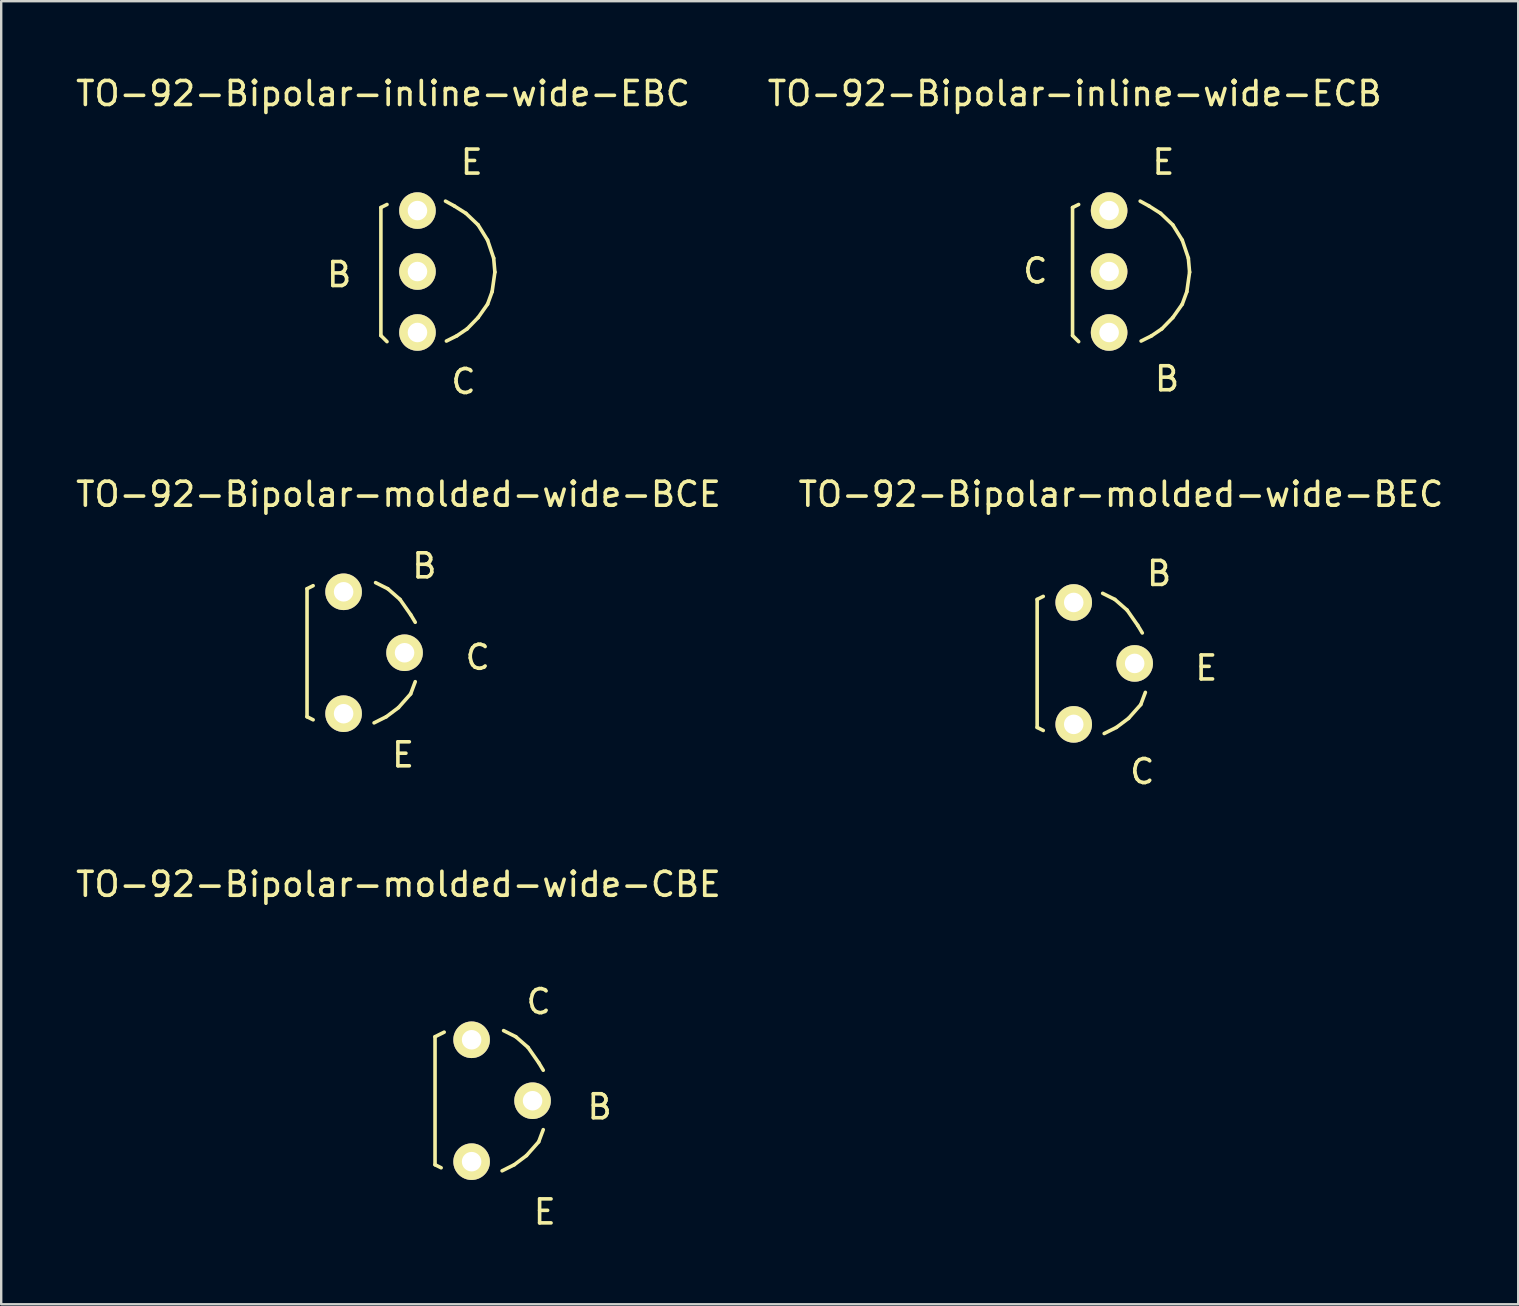
<source format=kicad_pcb>
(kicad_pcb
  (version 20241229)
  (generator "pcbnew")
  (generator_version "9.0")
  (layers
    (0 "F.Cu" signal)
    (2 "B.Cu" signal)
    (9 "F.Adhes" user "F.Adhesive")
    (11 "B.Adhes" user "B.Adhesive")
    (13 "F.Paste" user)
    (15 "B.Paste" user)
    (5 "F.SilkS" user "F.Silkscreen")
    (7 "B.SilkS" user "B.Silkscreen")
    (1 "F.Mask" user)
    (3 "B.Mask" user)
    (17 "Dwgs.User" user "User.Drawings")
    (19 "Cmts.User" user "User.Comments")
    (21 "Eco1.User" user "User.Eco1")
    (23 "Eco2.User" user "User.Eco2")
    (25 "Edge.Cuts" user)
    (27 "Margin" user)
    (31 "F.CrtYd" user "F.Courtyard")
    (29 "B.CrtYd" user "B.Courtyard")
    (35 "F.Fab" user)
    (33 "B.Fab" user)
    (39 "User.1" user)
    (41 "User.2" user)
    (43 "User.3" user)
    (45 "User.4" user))
  (footprint "TO-92-Bipolar-molded-wide-BEC"
    (layer "F.Cu")
    (at 41.692 24.595)
    (property "Reference" "TO-92-Bipolar-molded-wide-BEC" (at 1.968 -7.048 0) (layer "F.SilkS") (effects (font (size 1 1) (thickness 0.15))))
    (attr through_hole)
    (fp_line (start -1.524 -2.667) (end -1.524 2.667) (stroke (width 0.15) (type solid)) (layer "F.SilkS"))
    (fp_line (start -1.524 -2.667) (end -1.27 -2.794) (stroke (width 0.15) (type solid)) (layer "F.SilkS"))
    (fp_line (start -1.524 2.667) (end -1.27 2.794) (stroke (width 0.15) (type solid)) (layer "F.SilkS"))
    (fp_line (start 1.206 -2.921) (end 1.714 -2.667) (stroke (width 0.15) (type solid)) (layer "F.SilkS"))
    (fp_line (start 1.714 -2.667) (end 2.223 -2.223) (stroke (width 0.15) (type solid)) (layer "F.SilkS"))
    (fp_line (start 1.778 2.667) (end 1.27 2.921) (stroke (width 0.15) (type solid)) (layer "F.SilkS"))
    (fp_line (start 2.223 -2.223) (end 2.667 -1.587) (stroke (width 0.15) (type solid)) (layer "F.SilkS"))
    (fp_line (start 2.286 2.286) (end 1.778 2.667) (stroke (width 0.15) (type solid)) (layer "F.SilkS"))
    (fp_line (start 2.667 -1.587) (end 2.857 -1.27) (stroke (width 0.15) (type solid)) (layer "F.SilkS"))
    (fp_line (start 2.794 1.714) (end 2.286 2.286) (stroke (width 0.15) (type solid)) (layer "F.SilkS"))
    (fp_line (start 2.985 1.206) (end 2.794 1.714) (stroke (width 0.15) (type solid)) (layer "F.SilkS"))
    (fp_text user "E" (at 5.524 0.191 0) (layer "F.SilkS") (effects (font (size 1 1) (thickness 0.15))))
    (fp_text user "C" (at 2.857 4.508 0) (layer "F.SilkS") (effects (font (size 1 1) (thickness 0.15))))
    (fp_text user "B" (at 3.556 -3.747 0) (layer "F.SilkS") (effects (font (size 1 1) (thickness 0.15))))
    (pad "B" thru_hole circle (at 0 -2.54) (size 1.524 1.524) (drill 0.813) (layers "*.Cu" "*.Mask" "F.SilkS"))
    (pad "C" thru_hole circle (at 0 2.54) (size 1.524 1.524) (drill 0.813) (layers "*.Cu" "*.Mask" "F.SilkS"))
    (pad "E" thru_hole circle (at 2.54 0) (size 1.524 1.524) (drill 0.813) (layers "*.Cu" "*.Mask" "F.SilkS")))
  (footprint "TO-92-Bipolar-molded-wide-CBE"
    (layer "F.Cu")
    (at 16.602 42.817)
    (property "Reference" "TO-92-Bipolar-molded-wide-CBE" (at -3.048 -9.017 0) (layer "F.SilkS") (effects (font (size 1 1) (thickness 0.15))))
    (attr through_hole)
    (fp_line (start -1.524 -2.667) (end -1.524 2.667) (stroke (width 0.15) (type solid)) (layer "F.SilkS"))
    (fp_line (start -1.524 -2.667) (end -1.143 -2.857) (stroke (width 0.15) (type solid)) (layer "F.SilkS"))
    (fp_line (start -1.524 2.667) (end -1.27 2.794) (stroke (width 0.15) (type solid)) (layer "F.SilkS"))
    (fp_line (start 1.333 -2.921) (end 1.841 -2.667) (stroke (width 0.15) (type solid)) (layer "F.SilkS"))
    (fp_line (start 1.778 2.667) (end 1.27 2.921) (stroke (width 0.15) (type solid)) (layer "F.SilkS"))
    (fp_line (start 1.841 -2.667) (end 2.349 -2.223) (stroke (width 0.15) (type solid)) (layer "F.SilkS"))
    (fp_line (start 2.286 2.286) (end 1.778 2.667) (stroke (width 0.15) (type solid)) (layer "F.SilkS"))
    (fp_line (start 2.349 -2.223) (end 2.794 -1.587) (stroke (width 0.15) (type solid)) (layer "F.SilkS"))
    (fp_line (start 2.794 -1.587) (end 2.985 -1.27) (stroke (width 0.15) (type solid)) (layer "F.SilkS"))
    (fp_line (start 2.794 1.714) (end 2.286 2.286) (stroke (width 0.15) (type solid)) (layer "F.SilkS"))
    (fp_line (start 2.985 1.206) (end 2.794 1.714) (stroke (width 0.15) (type solid)) (layer "F.SilkS"))
    (fp_text user "B" (at 5.334 0.254 0) (layer "F.SilkS") (effects (font (size 1 1) (thickness 0.15))))
    (fp_text user "C" (at 2.794 -4.128 0) (layer "F.SilkS") (effects (font (size 1 1) (thickness 0.15))))
    (fp_text user "E" (at 3.048 4.636 0) (layer "F.SilkS") (effects (font (size 1 1) (thickness 0.15))))
    (pad "B" thru_hole circle (at 2.54 0) (size 1.524 1.524) (drill 0.813) (layers "*.Cu" "*.Mask" "F.SilkS"))
    (pad "C" thru_hole circle (at 0 -2.54) (size 1.524 1.524) (drill 0.813) (layers "*.Cu" "*.Mask" "F.SilkS"))
    (pad "E" thru_hole circle (at 0 2.54) (size 1.524 1.524) (drill 0.813) (layers "*.Cu" "*.Mask" "F.SilkS")))
  (footprint "TO-92-Bipolar-molded-wide-BCE"
    (layer "F.Cu")
    (at 11.268 24.15)
    (property "Reference" "TO-92-Bipolar-molded-wide-BCE" (at 2.286 -6.604 0) (layer "F.SilkS") (effects (font (size 1 1) (thickness 0.15))))
    (attr through_hole)
    (fp_line (start -1.524 -2.667) (end -1.524 2.667) (stroke (width 0.15) (type solid)) (layer "F.SilkS"))
    (fp_line (start -1.524 -2.667) (end -1.27 -2.794) (stroke (width 0.15) (type solid)) (layer "F.SilkS"))
    (fp_line (start -1.524 2.667) (end -1.27 2.794) (stroke (width 0.15) (type solid)) (layer "F.SilkS"))
    (fp_line (start 1.333 -2.921) (end 1.841 -2.667) (stroke (width 0.15) (type solid)) (layer "F.SilkS"))
    (fp_line (start 1.778 2.667) (end 1.27 2.921) (stroke (width 0.15) (type solid)) (layer "F.SilkS"))
    (fp_line (start 1.841 -2.667) (end 2.349 -2.223) (stroke (width 0.15) (type solid)) (layer "F.SilkS"))
    (fp_line (start 2.286 2.286) (end 1.778 2.667) (stroke (width 0.15) (type solid)) (layer "F.SilkS"))
    (fp_line (start 2.349 -2.223) (end 2.794 -1.587) (stroke (width 0.15) (type solid)) (layer "F.SilkS"))
    (fp_line (start 2.794 -1.587) (end 2.985 -1.27) (stroke (width 0.15) (type solid)) (layer "F.SilkS"))
    (fp_line (start 2.794 1.714) (end 2.286 2.286) (stroke (width 0.15) (type solid)) (layer "F.SilkS"))
    (fp_line (start 2.985 1.206) (end 2.794 1.714) (stroke (width 0.15) (type solid)) (layer "F.SilkS"))
    (fp_text user "E" (at 2.477 4.255 0) (layer "F.SilkS") (effects (font (size 1 1) (thickness 0.15))))
    (fp_text user "C" (at 5.588 0.191 0) (layer "F.SilkS") (effects (font (size 1 1) (thickness 0.15))))
    (fp_text user "B" (at 3.365 -3.619 0) (layer "F.SilkS") (effects (font (size 1 1) (thickness 0.15))))
    (pad "B" thru_hole circle (at 0 -2.54) (size 1.524 1.524) (drill 0.813) (layers "*.Cu" "*.Mask" "F.SilkS"))
    (pad "C" thru_hole circle (at 2.54 0) (size 1.524 1.524) (drill 0.813) (layers "*.Cu" "*.Mask" "F.SilkS"))
    (pad "E" thru_hole circle (at 0 2.54) (size 1.524 1.524) (drill 0.813) (layers "*.Cu" "*.Mask" "F.SilkS")))
  (footprint "TO-92-Bipolar-inline-wide-ECB"
    (layer "F.Cu")
    (at 43.167 8.265)
    (property "Reference" "TO-92-Bipolar-inline-wide-ECB" (at -1.435 -7.417 0) (layer "F.SilkS") (effects (font (size 1 1) (thickness 0.15))))
    (attr through_hole)
    (fp_line (start -1.524 -2.667) (end -1.524 2.667) (stroke (width 0.15) (type solid)) (layer "F.SilkS"))
    (fp_line (start -1.524 -2.667) (end -1.27 -2.794) (stroke (width 0.15) (type solid)) (layer "F.SilkS"))
    (fp_line (start -1.524 2.667) (end -1.27 2.921) (stroke (width 0.15) (type solid)) (layer "F.SilkS"))
    (fp_line (start 1.295 -2.934) (end 1.664 -2.731) (stroke (width 0.15) (type solid)) (layer "F.SilkS"))
    (fp_line (start 1.664 -2.731) (end 2.146 -2.426) (stroke (width 0.15) (type solid)) (layer "F.SilkS"))
    (fp_line (start 1.765 2.68) (end 1.333 2.896) (stroke (width 0.15) (type solid)) (layer "F.SilkS"))
    (fp_line (start 2.146 -2.426) (end 2.654 -1.943) (stroke (width 0.15) (type solid)) (layer "F.SilkS"))
    (fp_line (start 2.197 2.388) (end 1.765 2.68) (stroke (width 0.15) (type solid)) (layer "F.SilkS"))
    (fp_line (start 2.654 -1.943) (end 3.048 -1.308) (stroke (width 0.15) (type solid)) (layer "F.SilkS"))
    (fp_line (start 2.654 1.918) (end 2.197 2.388) (stroke (width 0.15) (type solid)) (layer "F.SilkS"))
    (fp_line (start 3.048 -1.308) (end 3.302 -0.559) (stroke (width 0.15) (type solid)) (layer "F.SilkS"))
    (fp_line (start 3.048 1.359) (end 2.654 1.918) (stroke (width 0.15) (type solid)) (layer "F.SilkS"))
    (fp_line (start 3.239 0.838) (end 3.048 1.359) (stroke (width 0.15) (type solid)) (layer "F.SilkS"))
    (fp_line (start 3.302 -0.559) (end 3.353 0.025) (stroke (width 0.15) (type solid)) (layer "F.SilkS"))
    (fp_line (start 3.353 0.025) (end 3.239 0.838) (stroke (width 0.15) (type solid)) (layer "F.SilkS"))
    (fp_text user "C" (at -3.073 -0.025 0) (layer "F.SilkS") (effects (font (size 1 1) (thickness 0.15))))
    (fp_text user "B" (at 2.413 4.47 0) (layer "F.SilkS") (effects (font (size 1 1) (thickness 0.15))))
    (fp_text user "E" (at 2.261 -4.559 0) (layer "F.SilkS") (effects (font (size 1 1) (thickness 0.15))))
    (pad "B" thru_hole circle (at 0 2.54) (size 1.524 1.524) (drill 0.813) (layers "*.Cu" "*.Mask" "F.SilkS"))
    (pad "C" thru_hole circle (at 0 0) (size 1.524 1.524) (drill 0.813) (layers "*.Cu" "*.Mask" "F.SilkS"))
    (pad "E" thru_hole circle (at 0 -2.54) (size 1.524 1.524) (drill 0.813) (layers "*.Cu" "*.Mask" "F.SilkS")))
  (footprint "TO-92-Bipolar-inline-wide-EBC"
    (layer "F.Cu")
    (at 14.346 8.265)
    (property "Reference" "TO-92-Bipolar-inline-wide-EBC" (at -1.435 -7.417 0) (layer "F.SilkS") (effects (font (size 1 1) (thickness 0.15))))
    (attr through_hole)
    (fp_line (start -1.524 -2.667) (end -1.524 2.667) (stroke (width 0.15) (type solid)) (layer "F.SilkS"))
    (fp_line (start -1.524 -2.667) (end -1.27 -2.794) (stroke (width 0.15) (type solid)) (layer "F.SilkS"))
    (fp_line (start -1.524 2.667) (end -1.27 2.921) (stroke (width 0.15) (type solid)) (layer "F.SilkS"))
    (fp_line (start 1.168 -2.934) (end 1.537 -2.731) (stroke (width 0.15) (type solid)) (layer "F.SilkS"))
    (fp_line (start 1.537 -2.731) (end 2.019 -2.426) (stroke (width 0.15) (type solid)) (layer "F.SilkS"))
    (fp_line (start 1.638 2.68) (end 1.206 2.896) (stroke (width 0.15) (type solid)) (layer "F.SilkS"))
    (fp_line (start 2.019 -2.426) (end 2.527 -1.943) (stroke (width 0.15) (type solid)) (layer "F.SilkS"))
    (fp_line (start 2.07 2.388) (end 1.638 2.68) (stroke (width 0.15) (type solid)) (layer "F.SilkS"))
    (fp_line (start 2.527 -1.943) (end 2.921 -1.308) (stroke (width 0.15) (type solid)) (layer "F.SilkS"))
    (fp_line (start 2.527 1.918) (end 2.07 2.388) (stroke (width 0.15) (type solid)) (layer "F.SilkS"))
    (fp_line (start 2.921 -1.308) (end 3.175 -0.559) (stroke (width 0.15) (type solid)) (layer "F.SilkS"))
    (fp_line (start 2.921 1.359) (end 2.527 1.918) (stroke (width 0.15) (type solid)) (layer "F.SilkS"))
    (fp_line (start 3.111 0.838) (end 2.921 1.359) (stroke (width 0.15) (type solid)) (layer "F.SilkS"))
    (fp_line (start 3.175 -0.559) (end 3.226 0.025) (stroke (width 0.15) (type solid)) (layer "F.SilkS"))
    (fp_line (start 3.226 0.025) (end 3.111 0.838) (stroke (width 0.15) (type solid)) (layer "F.SilkS"))
    (fp_text user "B" (at -3.264 0.127 0) (layer "F.SilkS") (effects (font (size 1 1) (thickness 0.15))))
    (fp_text user "E" (at 2.261 -4.559 0) (layer "F.SilkS") (effects (font (size 1 1) (thickness 0.15))))
    (fp_text user "C" (at 1.918 4.585 0) (layer "F.SilkS") (effects (font (size 1 1) (thickness 0.15))))
    (pad "B" thru_hole circle (at 0 0) (size 1.524 1.524) (drill 0.813) (layers "*.Cu" "*.Mask" "F.SilkS"))
    (pad "C" thru_hole circle (at 0 2.54) (size 1.524 1.524) (drill 0.813) (layers "*.Cu" "*.Mask" "F.SilkS"))
    (pad "E" thru_hole circle (at 0 -2.54) (size 1.524 1.524) (drill 0.813) (layers "*.Cu" "*.Mask" "F.SilkS")))
  (gr_rect
    (start -3 -3)
    (end 60.214 51.3)
    (stroke (width 0.1) (type default))
    (fill no)
    (layer "Edge.Cuts")))
</source>
